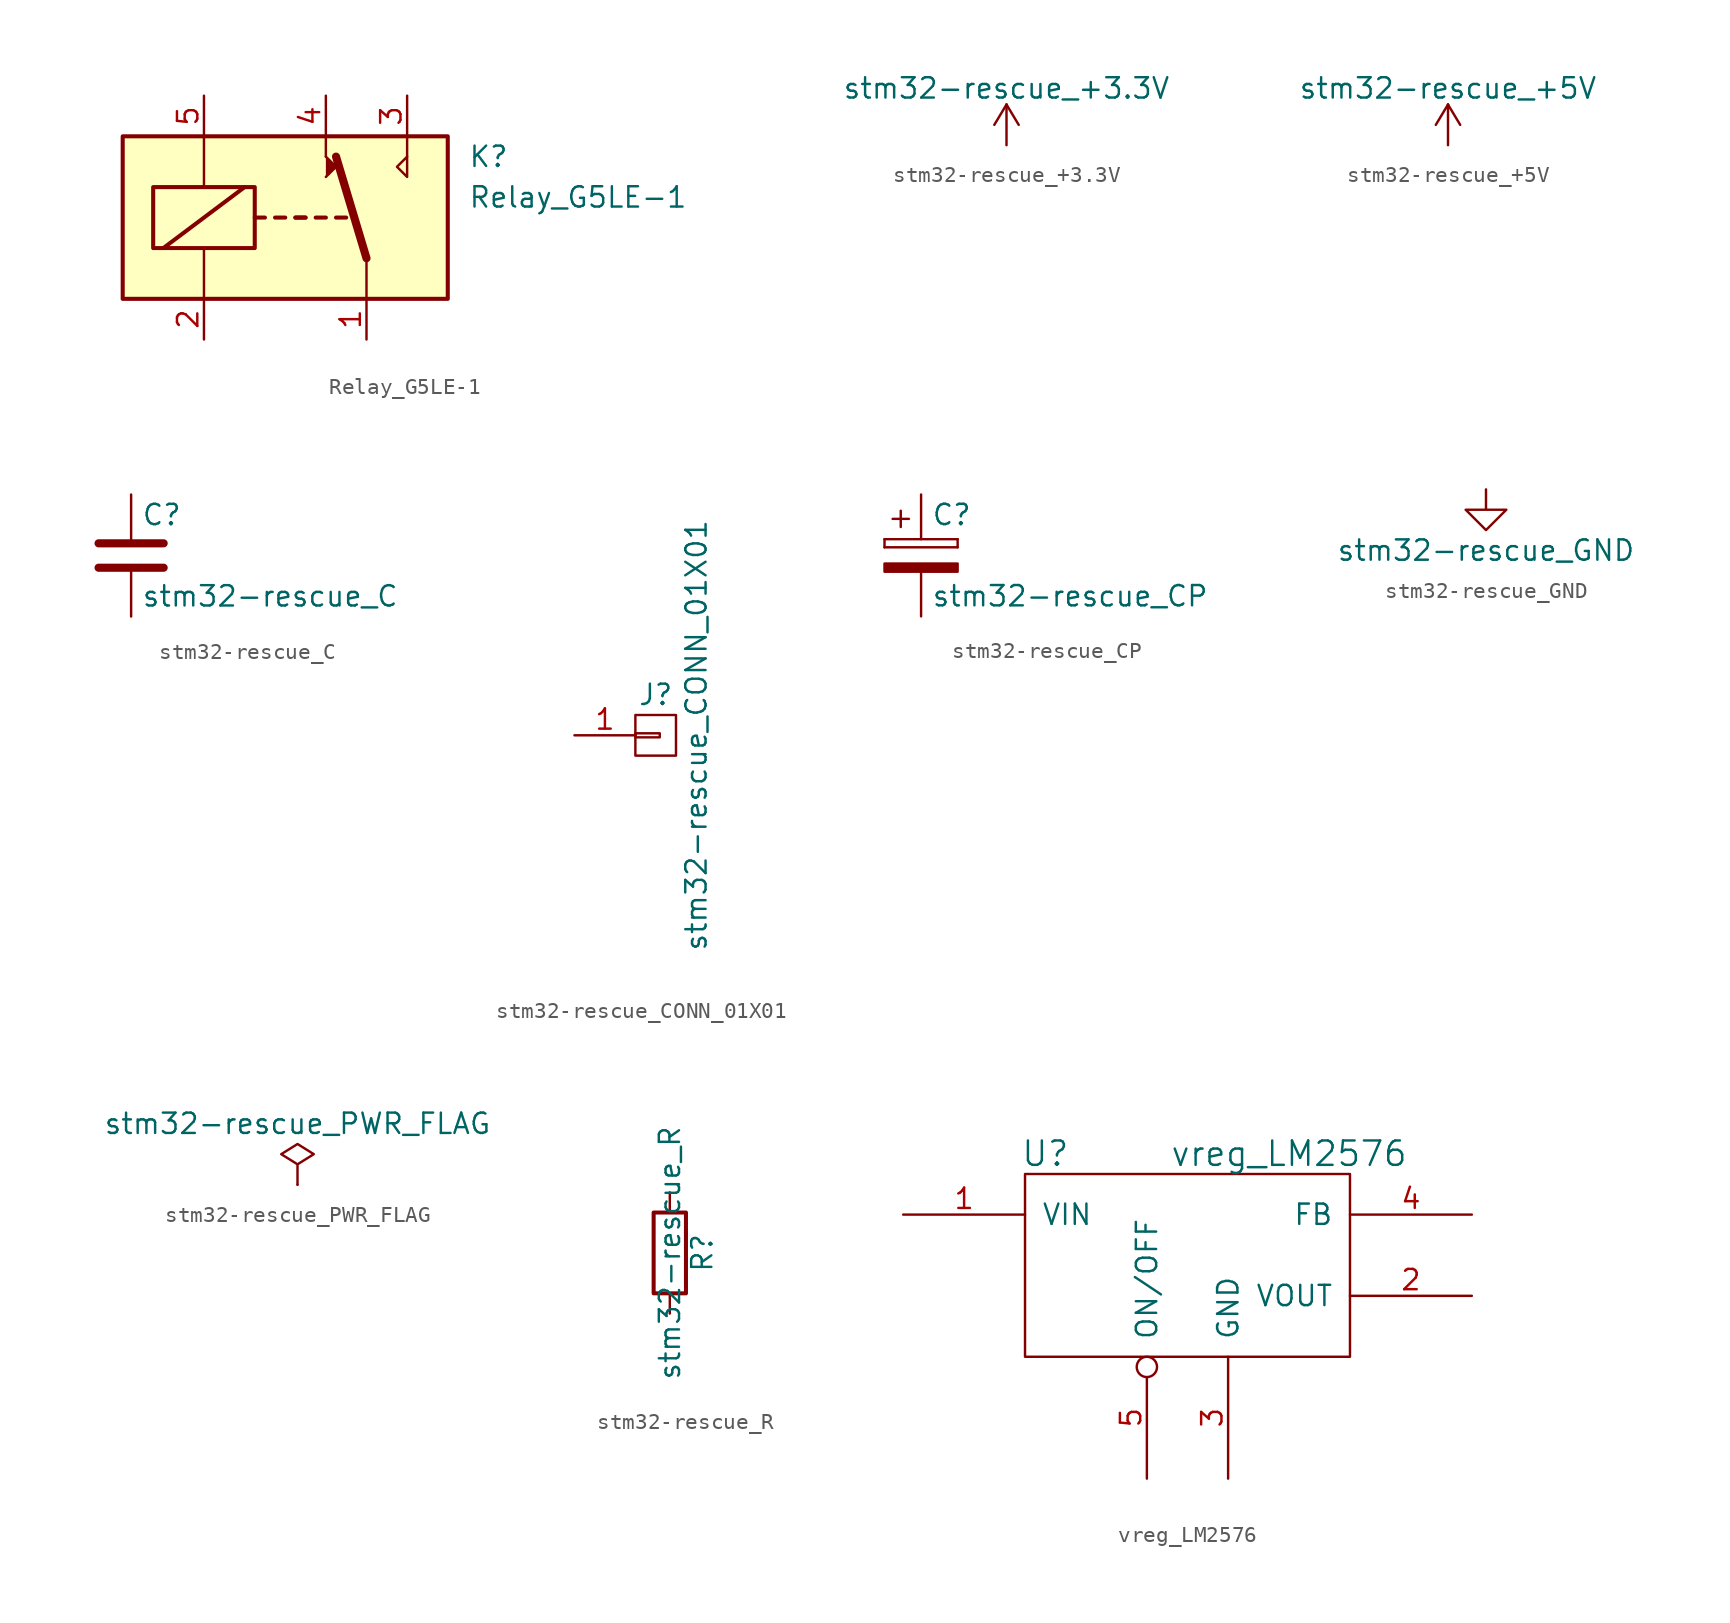
<source format=kicad_sym>
(kicad_symbol_lib
  (version 20211014)
  (generator kicad_symbol_editor)
  (symbol "Relay_G5LE-1"
    (pin_names
      (offset 1.016))
    (property "Reference" "K"
      (at 11.43 3.81 0)
      (effects (font (size 1.27 1.27)) (justify left)))
    (property "Value" "Relay_G5LE-1"
      (at 11.43 1.27 0)
      (effects (font (size 1.27 1.27)) (justify left)))
    (symbol "Relay_G5LE-1_0_0"
      (polyline (pts (xy 2.54 3.81) (xy 2.54 5.08)) (stroke (width 0) (type default) (color 0 0 0 0)) (fill (type none)))
      (polyline (pts (xy 7.62 3.81) (xy 7.62 5.08)) (stroke (width 0) (type default) (color 0 0 0 0)) (fill (type none)))
      (polyline (pts (xy 7.62 3.81) (xy 7.62 2.54) (xy 6.985 3.175) (xy 7.62 3.81)) (stroke (width 0) (type default) (color 0 0 0 0)) (fill (type none))))
    (symbol "Relay_G5LE-1_0_1"
      (rectangle (start -10.16 5.08) (end 10.16 -5.08) (stroke (width 0.254) (type default) (color 0 0 0 0)) (fill (type background)))
      (rectangle (start -8.255 1.905) (end -1.905 -1.905) (stroke (width 0.254) (type default) (color 0 0 0 0)) (fill (type none)))
      (polyline (pts (xy -7.62 -1.905) (xy -2.54 1.905)) (stroke (width 0.254) (type default) (color 0 0 0 0)) (fill (type none)))
      (polyline (pts (xy -5.08 -5.08) (xy -5.08 -1.905)) (stroke (width 0) (type default) (color 0 0 0 0)) (fill (type none)))
      (polyline (pts (xy -5.08 5.08) (xy -5.08 1.905)) (stroke (width 0) (type default) (color 0 0 0 0)) (fill (type none)))
      (polyline (pts (xy -1.905 0) (xy -1.27 0)) (stroke (width 0.254) (type default) (color 0 0 0 0)) (fill (type none)))
      (polyline (pts (xy -0.635 0) (xy 0 0)) (stroke (width 0.254) (type default) (color 0 0 0 0)) (fill (type none)))
      (polyline (pts (xy 0.635 0) (xy 1.27 0)) (stroke (width 0.254) (type default) (color 0 0 0 0)) (fill (type none)))
      (polyline (pts (xy 0.635 0) (xy 1.27 0)) (stroke (width 0.254) (type default) (color 0 0 0 0)) (fill (type none)))
      (polyline (pts (xy 1.905 0) (xy 2.54 0)) (stroke (width 0.254) (type default) (color 0 0 0 0)) (fill (type none)))
      (polyline (pts (xy 3.175 0) (xy 3.81 0)) (stroke (width 0.254) (type default) (color 0 0 0 0)) (fill (type none)))
      (polyline (pts (xy 5.08 -2.54) (xy 3.175 3.81)) (stroke (width 0.508) (type default) (color 0 0 0 0)) (fill (type none)))
      (polyline (pts (xy 5.08 -2.54) (xy 5.08 -5.08)) (stroke (width 0) (type default) (color 0 0 0 0)) (fill (type none)))
      (polyline (pts (xy 2.54 2.54) (xy 3.175 3.175) (xy 2.54 3.81)) (stroke (width 0) (type default) (color 0 0 0 0)) (fill (type outline))))
    (symbol "Relay_G5LE-1_1_1"
      (pin passive line (at 5.08 -7.62 90) (length 2.54) (name "~" (effects (font (size 1.27 1.27)))) (number "1" (effects (font (size 1.27 1.27)))))
      (pin passive line (at -5.08 -7.62 90) (length 2.54) (name "~" (effects (font (size 1.27 1.27)))) (number "2" (effects (font (size 1.27 1.27)))))
      (pin passive line (at 7.62 7.62 270) (length 2.54) (name "~" (effects (font (size 1.27 1.27)))) (number "3" (effects (font (size 1.27 1.27)))))
      (pin passive line (at 2.54 7.62 270) (length 2.54) (name "~" (effects (font (size 1.27 1.27)))) (number "4" (effects (font (size 1.27 1.27)))))
      (pin passive line (at -5.08 7.62 270) (length 2.54) (name "~" (effects (font (size 1.27 1.27)))) (number "5" (effects (font (size 1.27 1.27)))))))
  (symbol "stm32-rescue_+3.3V"
    (power)
    (pin_names
      (offset 0))
    (property "Reference" "#PWR"
      (at 0 -3.81 0)
      (effects (font (size 1.27 1.27)) hide))
    (property "Value" "stm32-rescue_+3.3V"
      (at 0 3.556 0)
      (effects (font (size 1.27 1.27))))
    (symbol "stm32-rescue_+3.3V_0_1"
      (polyline (pts (xy -0.762 1.27) (xy 0 2.54)) (stroke (width 0) (type default) (color 0 0 0 0)) (fill (type none)))
      (polyline (pts (xy 0 0) (xy 0 2.54)) (stroke (width 0) (type default) (color 0 0 0 0)) (fill (type none)))
      (polyline (pts (xy 0 2.54) (xy 0.762 1.27)) (stroke (width 0) (type default) (color 0 0 0 0)) (fill (type none))))
    (symbol "stm32-rescue_+3.3V_1_1"
      (pin power_in line (at 0 0 90) (length 0) hide (name "+3V3" (effects (font (size 1.27 1.27)))) (number "1" (effects (font (size 1.27 1.27)))))))
  (symbol "stm32-rescue_+5V"
    (power)
    (pin_names
      (offset 0))
    (property "Reference" "#PWR"
      (at 0 -3.81 0)
      (effects (font (size 1.27 1.27)) hide))
    (property "Value" "stm32-rescue_+5V"
      (at 0 3.556 0)
      (effects (font (size 1.27 1.27))))
    (symbol "stm32-rescue_+5V_0_1"
      (polyline (pts (xy -0.762 1.27) (xy 0 2.54)) (stroke (width 0) (type default) (color 0 0 0 0)) (fill (type none)))
      (polyline (pts (xy 0 0) (xy 0 2.54)) (stroke (width 0) (type default) (color 0 0 0 0)) (fill (type none)))
      (polyline (pts (xy 0 2.54) (xy 0.762 1.27)) (stroke (width 0) (type default) (color 0 0 0 0)) (fill (type none))))
    (symbol "stm32-rescue_+5V_1_1"
      (pin power_in line (at 0 0 90) (length 0) hide (name "+5V" (effects (font (size 1.27 1.27)))) (number "1" (effects (font (size 1.27 1.27)))))))
  (symbol "stm32-rescue_C"
    (pin_numbers hide)
    (pin_names
      (offset 0.254))
    (property "Reference" "C"
      (at 0.635 2.54 0)
      (effects (font (size 1.27 1.27)) (justify left)))
    (property "Value" "stm32-rescue_C"
      (at 0.635 -2.54 0)
      (effects (font (size 1.27 1.27)) (justify left)))
    (symbol "stm32-rescue_C_0_1"
      (polyline (pts (xy -2.032 -0.762) (xy 2.032 -0.762)) (stroke (width 0.508) (type default) (color 0 0 0 0)) (fill (type none)))
      (polyline (pts (xy -2.032 0.762) (xy 2.032 0.762)) (stroke (width 0.508) (type default) (color 0 0 0 0)) (fill (type none))))
    (symbol "stm32-rescue_C_1_1"
      (pin passive line (at 0 3.81 270) (length 2.794) (name "~" (effects (font (size 1.27 1.27)))) (number "1" (effects (font (size 1.27 1.27)))))
      (pin passive line (at 0 -3.81 90) (length 2.794) (name "~" (effects (font (size 1.27 1.27)))) (number "2" (effects (font (size 1.27 1.27)))))))
  (symbol "stm32-rescue_CONN_01X01"
    (pin_names
      (offset 1.016) hide)
    (property "Reference" "J"
      (at 0 2.54 0)
      (effects (font (size 1.27 1.27))))
    (property "Value" "stm32-rescue_CONN_01X01"
      (at 2.54 0 90)
      (effects (font (size 1.27 1.27))))
    (symbol "stm32-rescue_CONN_01X01_0_1"
      (rectangle (start -1.27 0.127) (end 0.254 -0.127) (stroke (width 0) (type default) (color 0 0 0 0)) (fill (type none)))
      (rectangle (start -1.27 1.27) (end 1.27 -1.27) (stroke (width 0) (type default) (color 0 0 0 0)) (fill (type none))))
    (symbol "stm32-rescue_CONN_01X01_1_1"
      (pin passive line (at -5.08 0 0) (length 3.81) (name "P1" (effects (font (size 1.27 1.27)))) (number "1" (effects (font (size 1.27 1.27)))))))
  (symbol "stm32-rescue_CP"
    (pin_numbers hide)
    (pin_names
      (offset 0.254))
    (property "Reference" "C"
      (at 0.635 2.54 0)
      (effects (font (size 1.27 1.27)) (justify left)))
    (property "Value" "stm32-rescue_CP"
      (at 0.635 -2.54 0)
      (effects (font (size 1.27 1.27)) (justify left)))
    (symbol "stm32-rescue_CP_0_1"
      (rectangle (start -2.286 0.508) (end -2.286 1.016) (stroke (width 0) (type default) (color 0 0 0 0)) (fill (type none)))
      (rectangle (start -2.286 0.508) (end 2.286 0.508) (stroke (width 0) (type default) (color 0 0 0 0)) (fill (type none)))
      (polyline (pts (xy -1.778 2.286) (xy -0.762 2.286)) (stroke (width 0) (type default) (color 0 0 0 0)) (fill (type none)))
      (polyline (pts (xy -1.27 2.794) (xy -1.27 1.778)) (stroke (width 0) (type default) (color 0 0 0 0)) (fill (type none)))
      (rectangle (start 2.286 -0.508) (end -2.286 -1.016) (stroke (width 0) (type default) (color 0 0 0 0)) (fill (type outline)))
      (rectangle (start 2.286 1.016) (end -2.286 1.016) (stroke (width 0) (type default) (color 0 0 0 0)) (fill (type none)))
      (rectangle (start 2.286 1.016) (end 2.286 0.508) (stroke (width 0) (type default) (color 0 0 0 0)) (fill (type none))))
    (symbol "stm32-rescue_CP_1_1"
      (pin passive line (at 0 3.81 270) (length 2.794) (name "~" (effects (font (size 1.27 1.27)))) (number "1" (effects (font (size 1.27 1.27)))))
      (pin passive line (at 0 -3.81 90) (length 2.794) (name "~" (effects (font (size 1.27 1.27)))) (number "2" (effects (font (size 1.27 1.27)))))))
  (symbol "stm32-rescue_GND"
    (power)
    (pin_names
      (offset 0))
    (property "Reference" "#PWR"
      (at 0 -6.35 0)
      (effects (font (size 1.27 1.27)) hide))
    (property "Value" "stm32-rescue_GND"
      (at 0 -3.81 0)
      (effects (font (size 1.27 1.27))))
    (symbol "stm32-rescue_GND_0_1"
      (polyline (pts (xy 0 0) (xy 0 -1.27) (xy 1.27 -1.27) (xy 0 -2.54) (xy -1.27 -1.27) (xy 0 -1.27)) (stroke (width 0) (type default) (color 0 0 0 0)) (fill (type none))))
    (symbol "stm32-rescue_GND_1_1"
      (pin power_in line (at 0 0 270) (length 0) hide (name "GND" (effects (font (size 1.27 1.27)))) (number "1" (effects (font (size 1.27 1.27)))))))
  (symbol "stm32-rescue_PWR_FLAG"
    (power)
    (pin_numbers hide)
    (pin_names
      (offset 0) hide)
    (property "Reference" "#FLG"
      (at 0 1.905 0)
      (effects (font (size 1.27 1.27)) hide))
    (property "Value" "stm32-rescue_PWR_FLAG"
      (at 0 3.81 0)
      (effects (font (size 1.27 1.27))))
    (symbol "stm32-rescue_PWR_FLAG_0_0"
      (pin power_out line (at 0 0 90) (length 0) (name "pwr" (effects (font (size 1.27 1.27)))) (number "1" (effects (font (size 1.27 1.27))))))
    (symbol "stm32-rescue_PWR_FLAG_0_1"
      (polyline (pts (xy 0 0) (xy 0 1.27) (xy -1.016 1.905) (xy 0 2.54) (xy 1.016 1.905) (xy 0 1.27)) (stroke (width 0) (type default) (color 0 0 0 0)) (fill (type none)))))
  (symbol "stm32-rescue_R"
    (pin_numbers hide)
    (pin_names
      (offset 0))
    (property "Reference" "R"
      (at 2.032 0 90)
      (effects (font (size 1.27 1.27))))
    (property "Value" "stm32-rescue_R"
      (at 0 0 90)
      (effects (font (size 1.27 1.27))))
    (symbol "stm32-rescue_R_0_1"
      (rectangle (start -1.016 -2.54) (end 1.016 2.54) (stroke (width 0.254) (type default) (color 0 0 0 0)) (fill (type none))))
    (symbol "stm32-rescue_R_1_1"
      (pin passive line (at 0 3.81 270) (length 1.27) (name "~" (effects (font (size 1.27 1.27)))) (number "1" (effects (font (size 1.27 1.27)))))
      (pin passive line (at 0 -3.81 90) (length 1.27) (name "~" (effects (font (size 1.27 1.27)))) (number "2" (effects (font (size 1.27 1.27)))))))
  (symbol "vreg_LM2576"
    (pin_names
      (offset 1.016))
    (property "Reference" "U"
      (at -8.89 6.35 0)
      (effects (font (size 1.524 1.524))))
    (property "Value" "vreg_LM2576"
      (at 6.35 6.35 0)
      (effects (font (size 1.524 1.524))))
    (symbol "vreg_LM2576_0_1"
      (rectangle (start -10.16 5.08) (end 10.16 -6.35) (stroke (width 0) (type default) (color 0 0 0 0)) (fill (type none))))
    (symbol "vreg_LM2576_1_1"
      (pin power_in line (at -17.78 2.54 0) (length 7.62) (name "VIN" (effects (font (size 1.27 1.27)))) (number "1" (effects (font (size 1.27 1.27)))))
      (pin power_out line (at 17.78 -2.54 180) (length 7.62) (name "VOUT" (effects (font (size 1.27 1.27)))) (number "2" (effects (font (size 1.27 1.27)))))
      (pin power_in line (at 2.54 -13.97 90) (length 7.62) (name "GND" (effects (font (size 1.27 1.27)))) (number "3" (effects (font (size 1.27 1.27)))))
      (pin input line (at 17.78 2.54 180) (length 7.62) (name "FB" (effects (font (size 1.27 1.27)))) (number "4" (effects (font (size 1.27 1.27)))))
      (pin input inverted (at -2.54 -13.97 90) (length 7.62) (name "ON/OFF" (effects (font (size 1.27 1.27)))) (number "5" (effects (font (size 1.27 1.27))))))))
</source>
